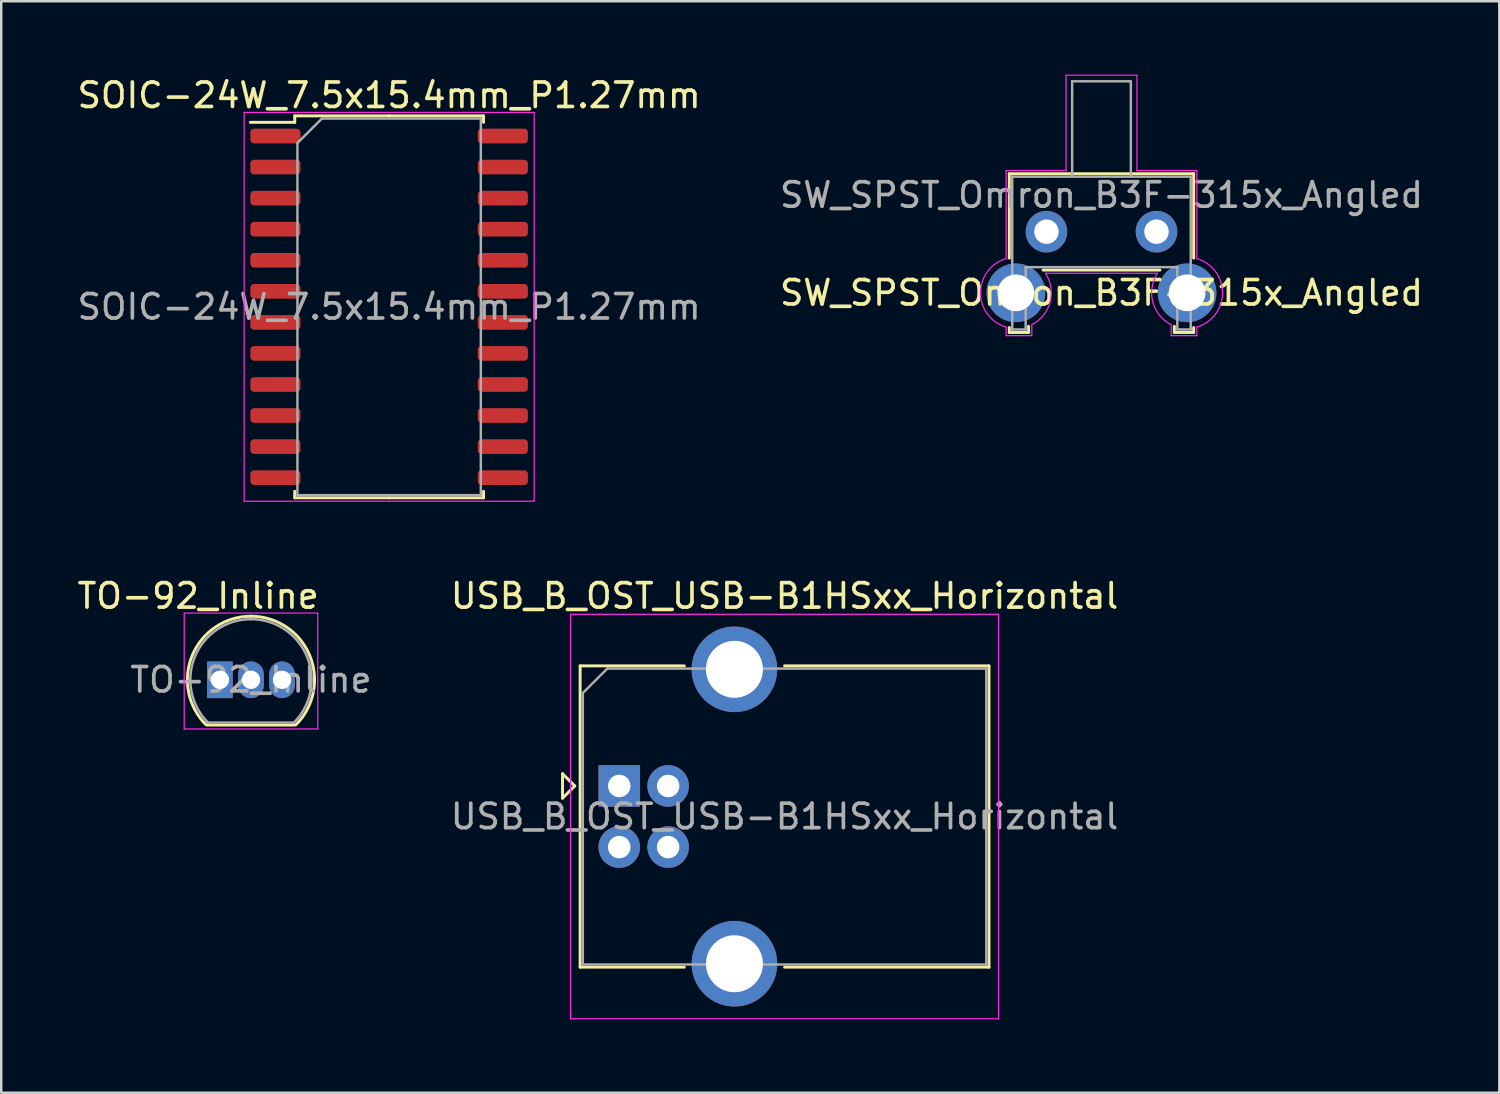
<source format=kicad_pcb>
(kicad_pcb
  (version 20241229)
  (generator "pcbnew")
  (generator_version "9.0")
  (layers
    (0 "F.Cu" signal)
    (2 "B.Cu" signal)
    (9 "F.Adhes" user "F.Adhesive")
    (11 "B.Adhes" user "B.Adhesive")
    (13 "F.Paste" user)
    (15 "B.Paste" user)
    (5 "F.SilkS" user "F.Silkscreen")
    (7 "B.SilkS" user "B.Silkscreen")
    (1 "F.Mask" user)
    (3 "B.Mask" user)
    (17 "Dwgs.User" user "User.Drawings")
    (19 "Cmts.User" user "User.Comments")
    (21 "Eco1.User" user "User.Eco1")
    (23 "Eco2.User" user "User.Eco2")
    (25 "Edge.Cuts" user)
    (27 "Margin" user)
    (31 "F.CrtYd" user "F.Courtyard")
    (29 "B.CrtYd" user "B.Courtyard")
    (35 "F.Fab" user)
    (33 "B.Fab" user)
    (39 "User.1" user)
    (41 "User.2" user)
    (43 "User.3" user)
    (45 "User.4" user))
  (footprint "USB_B_OST_USB-B1HSxx_Horizontal"
    (layer "F.Cu")
    (at 22.274 29.091)
    (property "Reference" "USB_B_OST_USB-B1HSxx_Horizontal" (at 6.76 -7.77 0) (layer "F.SilkS") (effects (font (size 1 1) (thickness 0.15))))
    (attr through_hole)
    (fp_line (start -2.32 -0.5) (end -2.32 0.5) (stroke (width 0.12) (type solid)) (layer "F.SilkS"))
    (fp_line (start -2.32 0.5) (end -1.82 0) (stroke (width 0.12) (type solid)) (layer "F.SilkS"))
    (fp_line (start -1.82 0) (end -2.32 -0.5) (stroke (width 0.12) (type solid)) (layer "F.SilkS"))
    (fp_line (start -1.6 -4.91) (end -1.6 7.41) (stroke (width 0.12) (type solid)) (layer "F.SilkS"))
    (fp_line (start -1.6 7.41) (end 2.66 7.41) (stroke (width 0.12) (type solid)) (layer "F.SilkS"))
    (fp_line (start 2.66 -4.91) (end -1.6 -4.91) (stroke (width 0.12) (type solid)) (layer "F.SilkS"))
    (fp_line (start 6.76 -4.91) (end 15.12 -4.91) (stroke (width 0.12) (type solid)) (layer "F.SilkS"))
    (fp_line (start 15.12 -4.91) (end 15.12 7.41) (stroke (width 0.12) (type solid)) (layer "F.SilkS"))
    (fp_line (start 15.12 7.41) (end 6.76 7.41) (stroke (width 0.12) (type solid)) (layer "F.SilkS"))
    (fp_line (start -1.99 -7.02) (end -1.99 9.52) (stroke (width 0.05) (type solid)) (layer "F.CrtYd"))
    (fp_line (start -1.99 9.52) (end 15.51 9.52) (stroke (width 0.05) (type solid)) (layer "F.CrtYd"))
    (fp_line (start 15.51 -7.02) (end -1.99 -7.02) (stroke (width 0.05) (type solid)) (layer "F.CrtYd"))
    (fp_line (start 15.51 9.52) (end 15.51 -7.02) (stroke (width 0.05) (type solid)) (layer "F.CrtYd"))
    (fp_line (start -1.49 -3.8) (end -0.49 -4.8) (stroke (width 0.1) (type solid)) (layer "F.Fab"))
    (fp_line (start -1.49 7.3) (end -1.49 -3.8) (stroke (width 0.1) (type solid)) (layer "F.Fab"))
    (fp_line (start -0.49 -4.8) (end 15.01 -4.8) (stroke (width 0.1) (type solid)) (layer "F.Fab"))
    (fp_line (start 15.01 -4.8) (end 15.01 7.3) (stroke (width 0.1) (type solid)) (layer "F.Fab"))
    (fp_line (start 15.01 7.3) (end -1.49 7.3) (stroke (width 0.1) (type solid)) (layer "F.Fab"))
    (fp_text user "${REFERENCE}" (at 6.76 1.25 0) (layer "F.Fab") (effects (font (size 1 1) (thickness 0.15))))
    (pad "1" thru_hole rect (at 0 0) (size 1.7 1.7) (drill 0.92) (layers "*.Cu" "*.Mask"))
    (pad "2" thru_hole circle (at 0 2.5) (size 1.7 1.7) (drill 0.92) (layers "*.Cu" "*.Mask"))
    (pad "3" thru_hole circle (at 2 2.5) (size 1.7 1.7) (drill 0.92) (layers "*.Cu" "*.Mask"))
    (pad "4" thru_hole circle (at 2 0) (size 1.7 1.7) (drill 0.92) (layers "*.Cu" "*.Mask"))
    (pad "5" thru_hole circle (at 4.71 -4.77) (size 3.5 3.5) (drill 2.33) (layers "*.Cu" "*.Mask"))
    (pad "5" thru_hole circle (at 4.71 7.27) (size 3.5 3.5) (drill 2.33) (layers "*.Cu" "*.Mask")))
  (footprint "SW_SPST_Omron_B3F-315x_Angled"
    (layer "F.Cu")
    (at 39.744 6.425)
    (property "Reference" "SW_SPST_Omron_B3F-315x_Angled" (at 2.25 2.5 0) (layer "F.SilkS") (effects (font (size 1 1) (thickness 0.15))))
    (attr through_hole)
    (fp_line (start -1.52 -2.37) (end -1.52 1.08) (stroke (width 0.12) (type solid)) (layer "F.SilkS"))
    (fp_line (start -1.52 3.92) (end -1.52 4.12) (stroke (width 0.12) (type solid)) (layer "F.SilkS"))
    (fp_line (start -0.73 4.12) (end -1.52 4.12) (stroke (width 0.12) (type solid)) (layer "F.SilkS"))
    (fp_line (start -0.73 4.12) (end -0.73 3.87) (stroke (width 0.12) (type solid)) (layer "F.SilkS"))
    (fp_line (start -0.14 1.57) (end 4.64 1.57) (stroke (width 0.12) (type solid)) (layer "F.SilkS"))
    (fp_line (start 5.23 4.12) (end 5.23 3.87) (stroke (width 0.12) (type solid)) (layer "F.SilkS"))
    (fp_line (start 6.02 -2.37) (end -1.52 -2.37) (stroke (width 0.12) (type solid)) (layer "F.SilkS"))
    (fp_line (start 6.02 1.08) (end 6.02 -2.37) (stroke (width 0.12) (type solid)) (layer "F.SilkS"))
    (fp_line (start 6.02 3.92) (end 6.02 4.12) (stroke (width 0.12) (type solid)) (layer "F.SilkS"))
    (fp_line (start 6.02 4.12) (end 5.23 4.12) (stroke (width 0.12) (type solid)) (layer "F.SilkS"))
    (fp_line (start -1.65 1.1) (end -1.65 -2.5) (stroke (width 0.05) (type solid)) (layer "F.CrtYd"))
    (fp_line (start -1.65 4.25) (end -1.65 3.9) (stroke (width 0.05) (type solid)) (layer "F.CrtYd"))
    (fp_line (start -0.6 4.25) (end -1.65 4.25) (stroke (width 0.05) (type solid)) (layer "F.CrtYd"))
    (fp_line (start -0.6 4.25) (end -0.6 3.8) (stroke (width 0.05) (type solid)) (layer "F.CrtYd"))
    (fp_line (start -0.04 1.7) (end 4.54 1.7) (stroke (width 0.05) (type solid)) (layer "F.CrtYd"))
    (fp_line (start 0.8 -6.4) (end 0.8 -2.5) (stroke (width 0.05) (type solid)) (layer "F.CrtYd"))
    (fp_line (start 0.8 -2.5) (end -1.65 -2.5) (stroke (width 0.05) (type solid)) (layer "F.CrtYd"))
    (fp_line (start 3.7 -6.4) (end 0.8 -6.4) (stroke (width 0.05) (type solid)) (layer "F.CrtYd"))
    (fp_line (start 3.7 -2.5) (end 3.7 -6.4) (stroke (width 0.05) (type solid)) (layer "F.CrtYd"))
    (fp_line (start 5.1 4.25) (end 5.1 3.8) (stroke (width 0.05) (type solid)) (layer "F.CrtYd"))
    (fp_line (start 5.1 4.25) (end 6.15 4.25) (stroke (width 0.05) (type solid)) (layer "F.CrtYd"))
    (fp_line (start 6.15 -2.5) (end 3.7 -2.5) (stroke (width 0.05) (type solid)) (layer "F.CrtYd"))
    (fp_line (start 6.15 1.1) (end 6.15 -2.5) (stroke (width 0.05) (type solid)) (layer "F.CrtYd"))
    (fp_line (start 6.15 4.25) (end 6.15 3.9) (stroke (width 0.05) (type solid)) (layer "F.CrtYd"))
    (fp_arc (start -1.65 3.9) (mid -2.7 2.5) (end -1.65 1.1) (stroke (width 0.05) (type solid)) (layer "F.CrtYd"))
    (fp_arc (start -0.04 1.7) (mid 0.148681 2.874982) (end -0.6 3.8) (stroke (width 0.05) (type solid)) (layer "F.CrtYd"))
    (fp_arc (start 5.1 3.8) (mid 4.34883 2.875645) (end 4.54 1.7) (stroke (width 0.05) (type solid)) (layer "F.CrtYd"))
    (fp_arc (start 6.15 1.1) (mid 7.200002 2.5) (end 6.15 3.9) (stroke (width 0.05) (type solid)) (layer "F.CrtYd"))
    (fp_line (start -1.4 4) (end -1.4 -2.25) (stroke (width 0.1) (type solid)) (layer "F.Fab"))
    (fp_line (start -0.85 1.45) (end -0.85 4) (stroke (width 0.1) (type solid)) (layer "F.Fab"))
    (fp_line (start -0.85 4) (end -1.4 4) (stroke (width 0.1) (type solid)) (layer "F.Fab"))
    (fp_line (start 1.05 -6.15) (end 3.45 -6.15) (stroke (width 0.1) (type solid)) (layer "F.Fab"))
    (fp_line (start 1.05 -2.25) (end 1.05 -6.15) (stroke (width 0.1) (type solid)) (layer "F.Fab"))
    (fp_line (start 3.45 -2.25) (end 3.45 -6.15) (stroke (width 0.1) (type solid)) (layer "F.Fab"))
    (fp_line (start 5.35 1.45) (end -0.85 1.45) (stroke (width 0.1) (type solid)) (layer "F.Fab"))
    (fp_line (start 5.35 1.45) (end 5.35 4) (stroke (width 0.1) (type solid)) (layer "F.Fab"))
    (fp_line (start 5.9 -2.25) (end -1.4 -2.25) (stroke (width 0.1) (type solid)) (layer "F.Fab"))
    (fp_line (start 5.9 -2.25) (end 5.9 4) (stroke (width 0.1) (type solid)) (layer "F.Fab"))
    (fp_line (start 5.9 4) (end 5.35 4) (stroke (width 0.1) (type solid)) (layer "F.Fab"))
    (fp_text user "${REFERENCE}" (at 2.25 -1.5 0) (layer "F.Fab") (effects (font (size 1 1) (thickness 0.15))))
    (pad "" thru_hole circle (at -1.25 2.5 180) (size 2.4 2.4) (drill 1.5) (layers "*.Cu" "*.Mask"))
    (pad "" thru_hole circle (at 5.75 2.5 180) (size 2.4 2.4) (drill 1.5) (layers "*.Cu" "*.Mask"))
    (pad "1" thru_hole circle (at 0 0 180) (size 1.7 1.7) (drill 1) (layers "*.Cu" "*.Mask"))
    (pad "2" thru_hole circle (at 4.5 0 180) (size 1.7 1.7) (drill 1) (layers "*.Cu" "*.Mask")))
  (footprint "TO-92_Inline"
    (layer "F.Cu")
    (at 5.943 24.75)
    (property "Reference" "TO-92_Inline" (at -0.889 -3.429 180) (layer "F.SilkS") (effects (font (size 1 1) (thickness 0.15))))
    (attr through_hole)
    (fp_line (start -0.53 1.85) (end 3.07 1.85) (stroke (width 0.12) (type solid)) (layer "F.SilkS"))
    (fp_arc (start -0.568478 1.838478) (mid -1.132087 -0.994977) (end 1.27 -2.6) (stroke (width 0.12) (type solid)) (layer "F.SilkS"))
    (fp_arc (start 1.27 -2.6) (mid 3.672087 -0.994977) (end 3.108478 1.838478) (stroke (width 0.12) (type solid)) (layer "F.SilkS"))
    (fp_line (start -1.46 -2.73) (end -1.46 2.01) (stroke (width 0.05) (type solid)) (layer "F.CrtYd"))
    (fp_line (start -1.46 -2.73) (end 4 -2.73) (stroke (width 0.05) (type solid)) (layer "F.CrtYd"))
    (fp_line (start 4 2.01) (end -1.46 2.01) (stroke (width 0.05) (type solid)) (layer "F.CrtYd"))
    (fp_line (start 4 2.01) (end 4 -2.73) (stroke (width 0.05) (type solid)) (layer "F.CrtYd"))
    (fp_line (start -0.5 1.75) (end 3 1.75) (stroke (width 0.1) (type solid)) (layer "F.Fab"))
    (fp_arc (start -0.483625 1.753625) (mid -1.021221 -0.949055) (end 1.27 -2.48) (stroke (width 0.1) (type solid)) (layer "F.Fab"))
    (fp_arc (start 1.27 -2.48) (mid 3.561221 -0.949055) (end 3.023625 1.753625) (stroke (width 0.1) (type solid)) (layer "F.Fab"))
    (fp_text user "${REFERENCE}" (at 1.27 0 180) (layer "F.Fab") (effects (font (size 1 1) (thickness 0.15))))
    (pad "1" thru_hole rect (at 0 0) (size 1.05 1.5) (drill 0.75) (layers "*.Cu" "*.Mask"))
    (pad "2" thru_hole oval (at 1.27 0) (size 1.05 1.5) (drill 0.75) (layers "*.Cu" "*.Mask"))
    (pad "3" thru_hole oval (at 2.54 0) (size 1.05 1.5) (drill 0.75) (layers "*.Cu" "*.Mask")))
  (footprint "SOIC-24W_7.5x15.4mm_P1.27mm"
    (layer "F.Cu")
    (at 12.863 9.498)
    (property "Reference" "SOIC-24W_7.5x15.4mm_P1.27mm" (at 0 -8.65 0) (layer "F.SilkS") (effects (font (size 1 1) (thickness 0.15))))
    (attr smd)
    (fp_line (start -3.86 -7.81) (end -3.86 -7.545) (stroke (width 0.12) (type solid)) (layer "F.SilkS"))
    (fp_line (start -3.86 -7.545) (end -5.675 -7.545) (stroke (width 0.12) (type solid)) (layer "F.SilkS"))
    (fp_line (start -3.86 7.81) (end -3.86 7.545) (stroke (width 0.12) (type solid)) (layer "F.SilkS"))
    (fp_line (start 0 -7.81) (end -3.86 -7.81) (stroke (width 0.12) (type solid)) (layer "F.SilkS"))
    (fp_line (start 0 -7.81) (end 3.86 -7.81) (stroke (width 0.12) (type solid)) (layer "F.SilkS"))
    (fp_line (start 0 7.81) (end -3.86 7.81) (stroke (width 0.12) (type solid)) (layer "F.SilkS"))
    (fp_line (start 0 7.81) (end 3.86 7.81) (stroke (width 0.12) (type solid)) (layer "F.SilkS"))
    (fp_line (start 3.86 -7.81) (end 3.86 -7.545) (stroke (width 0.12) (type solid)) (layer "F.SilkS"))
    (fp_line (start 3.86 7.81) (end 3.86 7.545) (stroke (width 0.12) (type solid)) (layer "F.SilkS"))
    (fp_line (start -5.93 -7.95) (end -5.93 7.95) (stroke (width 0.05) (type solid)) (layer "F.CrtYd"))
    (fp_line (start -5.93 7.95) (end 5.93 7.95) (stroke (width 0.05) (type solid)) (layer "F.CrtYd"))
    (fp_line (start 5.93 -7.95) (end -5.93 -7.95) (stroke (width 0.05) (type solid)) (layer "F.CrtYd"))
    (fp_line (start 5.93 7.95) (end 5.93 -7.95) (stroke (width 0.05) (type solid)) (layer "F.CrtYd"))
    (fp_line (start -3.75 -6.7) (end -2.75 -7.7) (stroke (width 0.1) (type solid)) (layer "F.Fab"))
    (fp_line (start -3.75 7.7) (end -3.75 -6.7) (stroke (width 0.1) (type solid)) (layer "F.Fab"))
    (fp_line (start -2.75 -7.7) (end 3.75 -7.7) (stroke (width 0.1) (type solid)) (layer "F.Fab"))
    (fp_line (start 3.75 -7.7) (end 3.75 7.7) (stroke (width 0.1) (type solid)) (layer "F.Fab"))
    (fp_line (start 3.75 7.7) (end -3.75 7.7) (stroke (width 0.1) (type solid)) (layer "F.Fab"))
    (fp_text user "${REFERENCE}" (at 0 0 0) (layer "F.Fab") (effects (font (size 1 1) (thickness 0.15))))
    (pad "1" smd roundrect (at -4.65 -6.985) (size 2.05 0.6) (layers "F.Cu" "F.Mask" "F.Paste") (roundrect_rratio 0.25))
    (pad "2" smd roundrect (at -4.65 -5.715) (size 2.05 0.6) (layers "F.Cu" "F.Mask" "F.Paste") (roundrect_rratio 0.25))
    (pad "3" smd roundrect (at -4.65 -4.445) (size 2.05 0.6) (layers "F.Cu" "F.Mask" "F.Paste") (roundrect_rratio 0.25))
    (pad "4" smd roundrect (at -4.65 -3.175) (size 2.05 0.6) (layers "F.Cu" "F.Mask" "F.Paste") (roundrect_rratio 0.25))
    (pad "5" smd roundrect (at -4.65 -1.905) (size 2.05 0.6) (layers "F.Cu" "F.Mask" "F.Paste") (roundrect_rratio 0.25))
    (pad "6" smd roundrect (at -4.65 -0.635) (size 2.05 0.6) (layers "F.Cu" "F.Mask" "F.Paste") (roundrect_rratio 0.25))
    (pad "7" smd roundrect (at -4.65 0.635) (size 2.05 0.6) (layers "F.Cu" "F.Mask" "F.Paste") (roundrect_rratio 0.25))
    (pad "8" smd roundrect (at -4.65 1.905) (size 2.05 0.6) (layers "F.Cu" "F.Mask" "F.Paste") (roundrect_rratio 0.25))
    (pad "9" smd roundrect (at -4.65 3.175) (size 2.05 0.6) (layers "F.Cu" "F.Mask" "F.Paste") (roundrect_rratio 0.25))
    (pad "10" smd roundrect (at -4.65 4.445) (size 2.05 0.6) (layers "F.Cu" "F.Mask" "F.Paste") (roundrect_rratio 0.25))
    (pad "11" smd roundrect (at -4.65 5.715) (size 2.05 0.6) (layers "F.Cu" "F.Mask" "F.Paste") (roundrect_rratio 0.25))
    (pad "12" smd roundrect (at -4.65 6.985) (size 2.05 0.6) (layers "F.Cu" "F.Mask" "F.Paste") (roundrect_rratio 0.25))
    (pad "13" smd roundrect (at 4.65 6.985) (size 2.05 0.6) (layers "F.Cu" "F.Mask" "F.Paste") (roundrect_rratio 0.25))
    (pad "14" smd roundrect (at 4.65 5.715) (size 2.05 0.6) (layers "F.Cu" "F.Mask" "F.Paste") (roundrect_rratio 0.25))
    (pad "15" smd roundrect (at 4.65 4.445) (size 2.05 0.6) (layers "F.Cu" "F.Mask" "F.Paste") (roundrect_rratio 0.25))
    (pad "16" smd roundrect (at 4.65 3.175) (size 2.05 0.6) (layers "F.Cu" "F.Mask" "F.Paste") (roundrect_rratio 0.25))
    (pad "17" smd roundrect (at 4.65 1.905) (size 2.05 0.6) (layers "F.Cu" "F.Mask" "F.Paste") (roundrect_rratio 0.25))
    (pad "18" smd roundrect (at 4.65 0.635) (size 2.05 0.6) (layers "F.Cu" "F.Mask" "F.Paste") (roundrect_rratio 0.25))
    (pad "19" smd roundrect (at 4.65 -0.635) (size 2.05 0.6) (layers "F.Cu" "F.Mask" "F.Paste") (roundrect_rratio 0.25))
    (pad "20" smd roundrect (at 4.65 -1.905) (size 2.05 0.6) (layers "F.Cu" "F.Mask" "F.Paste") (roundrect_rratio 0.25))
    (pad "21" smd roundrect (at 4.65 -3.175) (size 2.05 0.6) (layers "F.Cu" "F.Mask" "F.Paste") (roundrect_rratio 0.25))
    (pad "22" smd roundrect (at 4.65 -4.445) (size 2.05 0.6) (layers "F.Cu" "F.Mask" "F.Paste") (roundrect_rratio 0.25))
    (pad "23" smd roundrect (at 4.65 -5.715) (size 2.05 0.6) (layers "F.Cu" "F.Mask" "F.Paste") (roundrect_rratio 0.25))
    (pad "24" smd roundrect (at 4.65 -6.985) (size 2.05 0.6) (layers "F.Cu" "F.Mask" "F.Paste") (roundrect_rratio 0.25)))
  (gr_rect
    (start -3 -3)
    (end 58.262 41.636)
    (stroke (width 0.1) (type default))
    (fill no)
    (layer "Edge.Cuts")))
</source>
